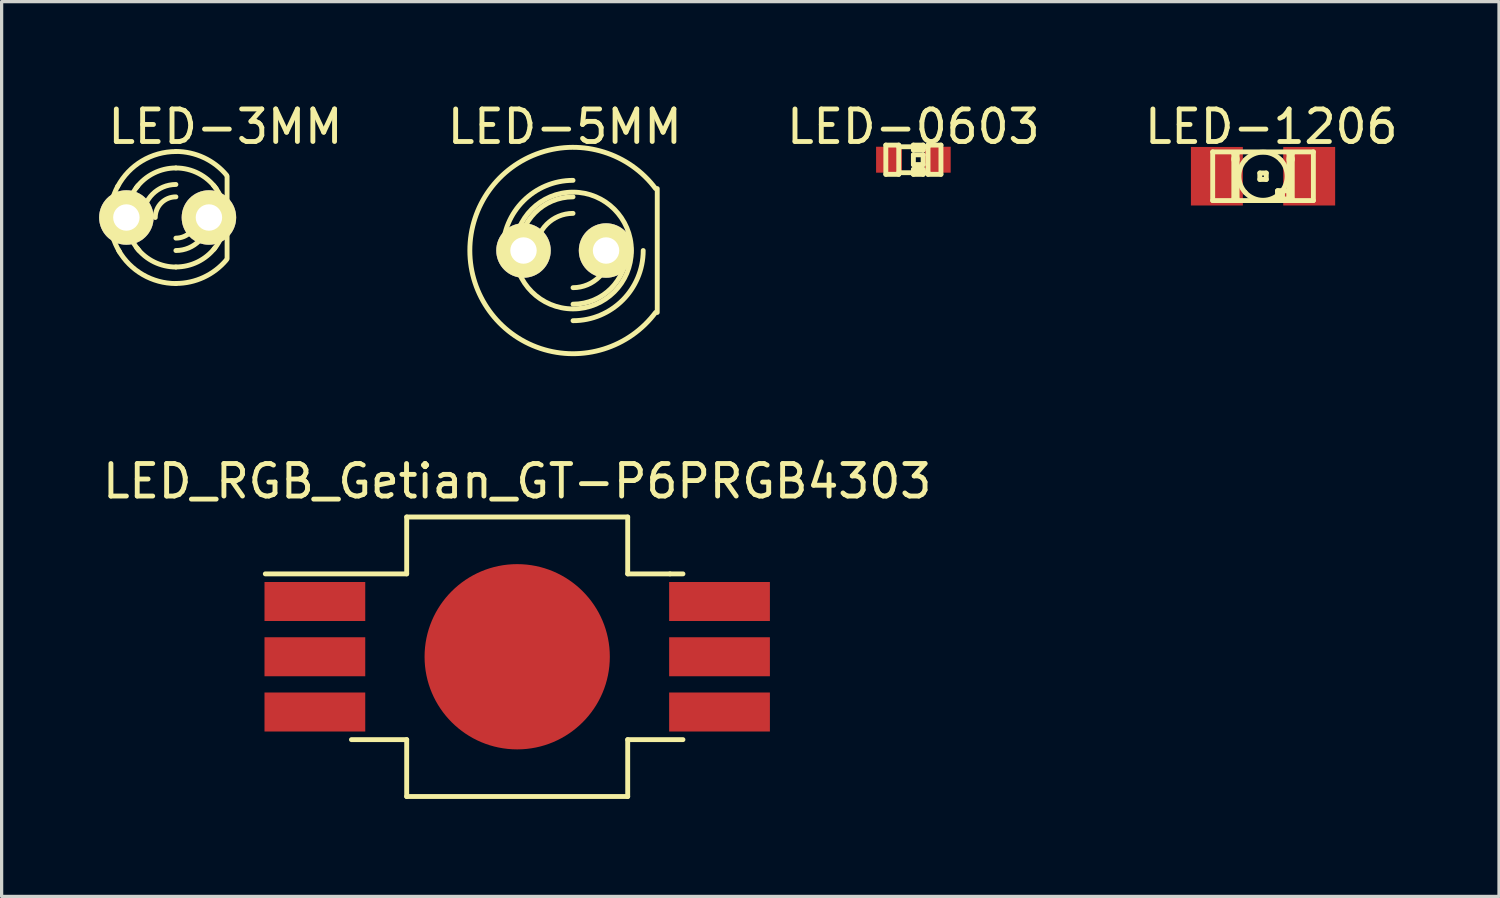
<source format=kicad_pcb>
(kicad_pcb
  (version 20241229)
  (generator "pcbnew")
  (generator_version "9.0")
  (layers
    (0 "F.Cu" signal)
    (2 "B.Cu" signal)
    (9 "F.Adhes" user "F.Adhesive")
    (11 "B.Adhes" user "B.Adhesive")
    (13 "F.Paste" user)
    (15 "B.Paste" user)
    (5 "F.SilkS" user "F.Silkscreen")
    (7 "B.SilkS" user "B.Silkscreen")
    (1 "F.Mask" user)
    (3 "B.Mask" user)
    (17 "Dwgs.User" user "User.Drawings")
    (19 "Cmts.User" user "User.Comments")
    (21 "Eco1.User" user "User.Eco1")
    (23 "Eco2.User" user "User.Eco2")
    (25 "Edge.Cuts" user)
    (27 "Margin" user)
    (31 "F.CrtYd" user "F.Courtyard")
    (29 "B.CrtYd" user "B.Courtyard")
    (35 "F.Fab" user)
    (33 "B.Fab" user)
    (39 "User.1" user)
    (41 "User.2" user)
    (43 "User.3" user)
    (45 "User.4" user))
  (footprint "LED-1206"
    (layer "F.Cu")
    (at 35.811 2.372)
    (property "Reference" "LED-1206" (at 0.254 -1.524 0) (layer "F.SilkS") (effects (font (size 1 1) (thickness 0.15))))
    (attr smd)
    (fp_line (start -1.549 -0.749) (end 1.549 -0.749) (stroke (width 0.15) (type solid)) (layer "F.SilkS"))
    (fp_line (start -1.549 0.749) (end -1.549 -0.749) (stroke (width 0.15) (type solid)) (layer "F.SilkS"))
    (fp_line (start -0.899 -0.699) (end -0.798 -0.699) (stroke (width 0.15) (type solid)) (layer "F.SilkS"))
    (fp_line (start -0.899 -0.549) (end -0.899 -0.699) (stroke (width 0.15) (type solid)) (layer "F.SilkS"))
    (fp_line (start -0.899 -0.549) (end -0.798 -0.549) (stroke (width 0.15) (type solid)) (layer "F.SilkS"))
    (fp_line (start -0.899 -0.498) (end -0.798 -0.498) (stroke (width 0.15) (type solid)) (layer "F.SilkS"))
    (fp_line (start -0.899 0.699) (end -0.899 -0.498) (stroke (width 0.15) (type solid)) (layer "F.SilkS"))
    (fp_line (start -0.899 0.699) (end -0.798 0.699) (stroke (width 0.15) (type solid)) (layer "F.SilkS"))
    (fp_line (start -0.798 -0.549) (end -0.798 -0.699) (stroke (width 0.15) (type solid)) (layer "F.SilkS"))
    (fp_line (start -0.798 0.699) (end -0.798 -0.498) (stroke (width 0.15) (type solid)) (layer "F.SilkS"))
    (fp_line (start -0.099 -0.099) (end 0.099 -0.099) (stroke (width 0.15) (type solid)) (layer "F.SilkS"))
    (fp_line (start -0.099 0.099) (end -0.099 -0.099) (stroke (width 0.15) (type solid)) (layer "F.SilkS"))
    (fp_line (start -0.099 0.099) (end 0.099 0.099) (stroke (width 0.15) (type solid)) (layer "F.SilkS"))
    (fp_line (start 0.099 0.099) (end 0.099 -0.099) (stroke (width 0.15) (type solid)) (layer "F.SilkS"))
    (fp_line (start 0.45 0.45) (end 0.599 0.45) (stroke (width 0.15) (type solid)) (layer "F.SilkS"))
    (fp_line (start 0.45 0.45) (end 0.798 0.45) (stroke (width 0.15) (type solid)) (layer "F.SilkS"))
    (fp_line (start 0.45 0.699) (end 0.45 0.45) (stroke (width 0.15) (type solid)) (layer "F.SilkS"))
    (fp_line (start 0.45 0.699) (end 0.45 0.45) (stroke (width 0.15) (type solid)) (layer "F.SilkS"))
    (fp_line (start 0.45 0.699) (end 0.599 0.699) (stroke (width 0.15) (type solid)) (layer "F.SilkS"))
    (fp_line (start 0.45 0.699) (end 0.798 0.699) (stroke (width 0.15) (type solid)) (layer "F.SilkS"))
    (fp_line (start 0.599 0.699) (end 0.599 0.45) (stroke (width 0.15) (type solid)) (layer "F.SilkS"))
    (fp_line (start 0.798 -0.699) (end 0.899 -0.699) (stroke (width 0.15) (type solid)) (layer "F.SilkS"))
    (fp_line (start 0.798 -0.549) (end 0.798 -0.699) (stroke (width 0.15) (type solid)) (layer "F.SilkS"))
    (fp_line (start 0.798 -0.549) (end 0.899 -0.549) (stroke (width 0.15) (type solid)) (layer "F.SilkS"))
    (fp_line (start 0.798 -0.498) (end 0.899 -0.498) (stroke (width 0.15) (type solid)) (layer "F.SilkS"))
    (fp_line (start 0.798 0.699) (end 0.798 -0.498) (stroke (width 0.15) (type solid)) (layer "F.SilkS"))
    (fp_line (start 0.798 0.699) (end 0.798 0.45) (stroke (width 0.15) (type solid)) (layer "F.SilkS"))
    (fp_line (start 0.798 0.699) (end 0.899 0.699) (stroke (width 0.15) (type solid)) (layer "F.SilkS"))
    (fp_line (start 0.899 -0.549) (end 0.899 -0.699) (stroke (width 0.15) (type solid)) (layer "F.SilkS"))
    (fp_line (start 0.899 0.699) (end 0.899 -0.498) (stroke (width 0.15) (type solid)) (layer "F.SilkS"))
    (fp_line (start 1.549 -0.749) (end 1.549 0.749) (stroke (width 0.15) (type solid)) (layer "F.SilkS"))
    (fp_line (start 1.549 0.749) (end -1.549 0.749) (stroke (width 0.15) (type solid)) (layer "F.SilkS"))
    (fp_arc (start -0.54864 -0.49784) (mid -0.001024 -0.740844) (end 0.547262 -0.499354) (stroke (width 0.15) (type solid)) (layer "F.SilkS"))
    (fp_arc (start -0.54864 0.49784) (mid -0.740844 -0.000377) (end -0.548133 -0.498398) (stroke (width 0.15) (type solid)) (layer "F.SilkS"))
    (fp_arc (start 0.54864 -0.49784) (mid 0.740844 0.000377) (end 0.548133 0.498398) (stroke (width 0.15) (type solid)) (layer "F.SilkS"))
    (fp_arc (start 0.54864 0.49784) (mid 0.001024 0.740844) (end -0.547262 0.499354) (stroke (width 0.15) (type solid)) (layer "F.SilkS"))
    (pad "1" smd rect (at -1.42 0) (size 1.598 1.801) (layers "F.Cu" "F.Mask" "F.Paste"))
    (pad "2" smd rect (at 1.42 0) (size 1.598 1.801) (layers "F.Cu" "F.Mask" "F.Paste")))
  (footprint "LED-5MM"
    (layer "F.Cu")
    (at 14.327 4.658)
    (property "Reference" "LED-5MM" (at 0 -3.81 0) (layer "F.SilkS") (effects (font (size 1 1) (thickness 0.15))))
    (attr through_hole)
    (fp_line (start 2.845 1.905) (end 2.845 -1.905) (stroke (width 0.15) (type solid)) (layer "F.SilkS"))
    (fp_arc (start -1.905 0) (mid -1.272644 -1.526644) (end 0.254 -2.159) (stroke (width 0.15) (type solid)) (layer "F.SilkS"))
    (fp_arc (start -1.397 0) (mid -0.913433 -1.167433) (end 0.254 -1.651) (stroke (width 0.15) (type solid)) (layer "F.SilkS"))
    (fp_arc (start -0.889 0) (mid -0.554223 -0.808223) (end 0.254 -1.143) (stroke (width 0.15) (type solid)) (layer "F.SilkS"))
    (fp_arc (start 1.397 0) (mid 1.062223 0.808223) (end 0.254 1.143) (stroke (width 0.15) (type solid)) (layer "F.SilkS"))
    (fp_arc (start 1.905 0) (mid 1.421433 1.167433) (end 0.254 1.651) (stroke (width 0.15) (type solid)) (layer "F.SilkS"))
    (fp_arc (start 2.413 0) (mid 1.780644 1.526644) (end 0.254 2.159) (stroke (width 0.15) (type solid)) (layer "F.SilkS"))
    (fp_arc (start 2.794 1.905) (mid -2.921 0.001668) (end 2.791997 -1.907668) (stroke (width 0.15) (type solid)) (layer "F.SilkS"))
    (fp_circle (center 0.254 0) (end -1.016 1.27) (stroke (width 0.15) (type solid)) (fill no) (layer "F.SilkS"))
    (pad "1" thru_hole circle (at -1.27 0) (size 1.676 1.676) (drill 0.813) (layers "*.Cu" "*.Mask" "F.SilkS"))
    (pad "2" thru_hole circle (at 1.27 0) (size 1.676 1.676) (drill 0.813) (layers "*.Cu" "*.Mask" "F.SilkS")))
  (footprint "LED-3MM"
    (layer "F.Cu")
    (at 2.108 3.642)
    (property "Reference" "LED-3MM" (at 1.778 -2.794 0) (layer "F.SilkS") (effects (font (size 1 1) (thickness 0.15))))
    (attr through_hole)
    (fp_line (start 1.829 1.27) (end 1.829 -1.27) (stroke (width 0.15) (type solid)) (layer "F.SilkS"))
    (fp_arc (start -1.778 0) (mid -1.716347 -0.496745) (end -1.53513 -0.963347) (stroke (width 0.15) (type solid)) (layer "F.SilkS"))
    (fp_arc (start -1.5367 -0.95504) (mid -0.790567 -1.739997) (end 0.253025 -2.02946) (stroke (width 0.15) (type solid)) (layer "F.SilkS"))
    (fp_arc (start -1.47574 1.06426) (mid -1.700164 0.553076) (end -1.776923 0.0001) (stroke (width 0.15) (type solid)) (layer "F.SilkS"))
    (fp_arc (start -1.27 0) (mid -1.178999 -0.518738) (end -0.916864 -0.975527) (stroke (width 0.15) (type solid)) (layer "F.SilkS"))
    (fp_arc (start -0.9652 -0.9144) (mid -0.427912 -1.362928) (end 0.253199 -1.524) (stroke (width 0.15) (type solid)) (layer "F.SilkS"))
    (fp_arc (start -0.88392 1.01092) (mid -1.168742 0.540951) (end -1.268111 0.000469) (stroke (width 0.15) (type solid)) (layer "F.SilkS"))
    (fp_arc (start -0.762 0) (mid -0.46442 -0.71842) (end 0.254 -1.016) (stroke (width 0.15) (type solid)) (layer "F.SilkS"))
    (fp_arc (start -0.381 0) (mid -0.195013 -0.449013) (end 0.254 -0.635) (stroke (width 0.15) (type solid)) (layer "F.SilkS"))
    (fp_arc (start 0.254 -2.032) (mid 1.114367 -1.840867) (end 1.81288 -1.303426) (stroke (width 0.15) (type solid)) (layer "F.SilkS"))
    (fp_arc (start 0.254 -1.524) (mid 0.950618 -1.35547) (end 1.493166 -0.887155) (stroke (width 0.15) (type solid)) (layer "F.SilkS"))
    (fp_arc (start 0.254 1.524) (mid -0.415273 1.369179) (end -0.948564 0.936171) (stroke (width 0.15) (type solid)) (layer "F.SilkS"))
    (fp_arc (start 0.254 2.032) (mid -0.76507 1.757988) (end -1.509299 1.009851) (stroke (width 0.15) (type solid)) (layer "F.SilkS"))
    (fp_arc (start 0.889 0) (mid 0.703013 0.449013) (end 0.254 0.635) (stroke (width 0.15) (type solid)) (layer "F.SilkS"))
    (fp_arc (start 1.27 0) (mid 0.97242 0.71842) (end 0.254 1.016) (stroke (width 0.15) (type solid)) (layer "F.SilkS"))
    (fp_arc (start 1.4097 -0.9906) (mid 1.681593 -0.528119) (end 1.776147 -0.000034) (stroke (width 0.15) (type solid)) (layer "F.SilkS"))
    (fp_arc (start 1.45542 0.93472) (mid 0.922882 1.367373) (end 0.254442 1.522206) (stroke (width 0.15) (type solid)) (layer "F.SilkS"))
    (fp_arc (start 1.778 0) (mid 1.686999 0.518738) (end 1.424864 0.975527) (stroke (width 0.15) (type solid)) (layer "F.SilkS"))
    (fp_arc (start 1.8034 1.31064) (mid 1.109154 1.840416) (end 0.256552 2.029387) (stroke (width 0.15) (type solid)) (layer "F.SilkS"))
    (pad "1" thru_hole circle (at -1.27 0) (size 1.676 1.676) (drill 0.813) (layers "*.Cu" "*.Mask" "F.SilkS"))
    (pad "2" thru_hole circle (at 1.27 0) (size 1.676 1.676) (drill 0.813) (layers "*.Cu" "*.Mask" "F.SilkS")))
  (footprint "LED-0603"
    (layer "F.Cu")
    (at 25.053 1.864)
    (property "Reference" "LED-0603" (at 0 -1.016 0) (layer "F.SilkS") (effects (font (size 1 1) (thickness 0.15))))
    (attr smd)
    (fp_line (start -0.848 -0.45) (end -0.848 0.45) (stroke (width 0.15) (type solid)) (layer "F.SilkS"))
    (fp_line (start -0.848 -0.45) (end -0.45 -0.45) (stroke (width 0.15) (type solid)) (layer "F.SilkS"))
    (fp_line (start -0.848 0.45) (end -0.45 0.45) (stroke (width 0.15) (type solid)) (layer "F.SilkS"))
    (fp_line (start -0.45 -0.45) (end -0.45 0.45) (stroke (width 0.15) (type solid)) (layer "F.SilkS"))
    (fp_line (start 0 -0.45) (end 0 -0.3) (stroke (width 0.15) (type solid)) (layer "F.SilkS"))
    (fp_line (start 0 -0.45) (end 0.3 -0.45) (stroke (width 0.15) (type solid)) (layer "F.SilkS"))
    (fp_line (start 0 -0.3) (end 0.3 -0.3) (stroke (width 0.15) (type solid)) (layer "F.SilkS"))
    (fp_line (start 0 -0.15) (end 0 0.15) (stroke (width 0.15) (type solid)) (layer "F.SilkS"))
    (fp_line (start 0 -0.15) (end 0.3 -0.15) (stroke (width 0.15) (type solid)) (layer "F.SilkS"))
    (fp_line (start 0 0.15) (end 0.3 0.15) (stroke (width 0.15) (type solid)) (layer "F.SilkS"))
    (fp_line (start 0 0.3) (end 0 0.45) (stroke (width 0.15) (type solid)) (layer "F.SilkS"))
    (fp_line (start 0 0.3) (end 0.3 0.3) (stroke (width 0.15) (type solid)) (layer "F.SilkS"))
    (fp_line (start 0 0.45) (end 0.3 0.45) (stroke (width 0.15) (type solid)) (layer "F.SilkS"))
    (fp_line (start 0.3 -0.45) (end 0.3 -0.3) (stroke (width 0.15) (type solid)) (layer "F.SilkS"))
    (fp_line (start 0.3 -0.15) (end 0.3 0.15) (stroke (width 0.15) (type solid)) (layer "F.SilkS"))
    (fp_line (start 0.3 0.3) (end 0.3 0.45) (stroke (width 0.15) (type solid)) (layer "F.SilkS"))
    (fp_line (start 0.45 -0.45) (end 0.45 0.45) (stroke (width 0.15) (type solid)) (layer "F.SilkS"))
    (fp_line (start 0.45 -0.45) (end 0.848 -0.45) (stroke (width 0.15) (type solid)) (layer "F.SilkS"))
    (fp_line (start 0.45 -0.399) (end -0.45 -0.399) (stroke (width 0.15) (type solid)) (layer "F.SilkS"))
    (fp_line (start 0.45 0.399) (end -0.45 0.399) (stroke (width 0.15) (type solid)) (layer "F.SilkS"))
    (fp_line (start 0.45 0.45) (end 0.848 0.45) (stroke (width 0.15) (type solid)) (layer "F.SilkS"))
    (fp_line (start 0.848 -0.45) (end 0.848 0.45) (stroke (width 0.15) (type solid)) (layer "F.SilkS"))
    (pad "1" smd rect (at -0.749 0) (size 0.798 0.798) (layers "F.Cu" "F.Mask" "F.Paste"))
    (pad "2" smd rect (at 0.749 0) (size 0.798 0.798) (layers "F.Cu" "F.Mask" "F.Paste")))
  (footprint "LED_RGB_Getian_GT-P6PRGB4303"
    (layer "F.Cu")
    (at 12.863 17.157)
    (property "Reference" "LED_RGB_Getian_GT-P6PRGB4303" (at 0 -5.4 0) (layer "F.SilkS") (effects (font (size 1 1) (thickness 0.15))))
    (attr through_hole)
    (fp_line (start -7.75 -2.55) (end -3.4 -2.55) (stroke (width 0.15) (type solid)) (layer "F.SilkS"))
    (fp_line (start -5.1 2.55) (end -3.4 2.55) (stroke (width 0.15) (type solid)) (layer "F.SilkS"))
    (fp_line (start -3.4 -4.3) (end -3.4 -2.55) (stroke (width 0.15) (type solid)) (layer "F.SilkS"))
    (fp_line (start -3.4 2.55) (end -3.4 4.3) (stroke (width 0.15) (type solid)) (layer "F.SilkS"))
    (fp_line (start 3.4 -4.3) (end -3.4 -4.3) (stroke (width 0.15) (type solid)) (layer "F.SilkS"))
    (fp_line (start 3.4 -4.3) (end 3.4 -2.55) (stroke (width 0.15) (type solid)) (layer "F.SilkS"))
    (fp_line (start 3.4 -2.55) (end 4.7 -2.55) (stroke (width 0.15) (type solid)) (layer "F.SilkS"))
    (fp_line (start 3.4 2.55) (end 3.4 4.3) (stroke (width 0.15) (type solid)) (layer "F.SilkS"))
    (fp_line (start 3.4 4.3) (end -3.4 4.3) (stroke (width 0.15) (type solid)) (layer "F.SilkS"))
    (fp_line (start 4.7 -2.55) (end 5.1 -2.55) (stroke (width 0.15) (type solid)) (layer "F.SilkS"))
    (fp_line (start 5.1 2.55) (end 3.4 2.55) (stroke (width 0.15) (type solid)) (layer "F.SilkS"))
    (pad "BA" smd rect (at -6.225 1.7) (size 3.1 1.2) (layers "F.Cu" "F.Mask" "F.Paste"))
    (pad "BC" smd rect (at 6.225 1.7 180) (size 3.1 1.2) (layers "F.Cu" "F.Mask" "F.Paste"))
    (pad "GA" smd rect (at -6.225 0) (size 3.1 1.2) (layers "F.Cu" "F.Mask" "F.Paste"))
    (pad "GC" smd rect (at 6.225 0 180) (size 3.1 1.2) (layers "F.Cu" "F.Mask" "F.Paste"))
    (pad "PAD" smd circle (at 0 0) (size 5.7 5.7) (layers "F.Cu" "F.Mask" "F.Paste"))
    (pad "RA" smd rect (at -6.225 -1.7) (size 3.1 1.2) (layers "F.Cu" "F.Mask" "F.Paste"))
    (pad "RC" smd rect (at 6.225 -1.7 180) (size 3.1 1.2) (layers "F.Cu" "F.Mask" "F.Paste")))
  (gr_rect
    (start -3 -3)
    (end 43.071 24.532)
    (stroke (width 0.1) (type default))
    (fill no)
    (layer "Edge.Cuts")))
</source>
